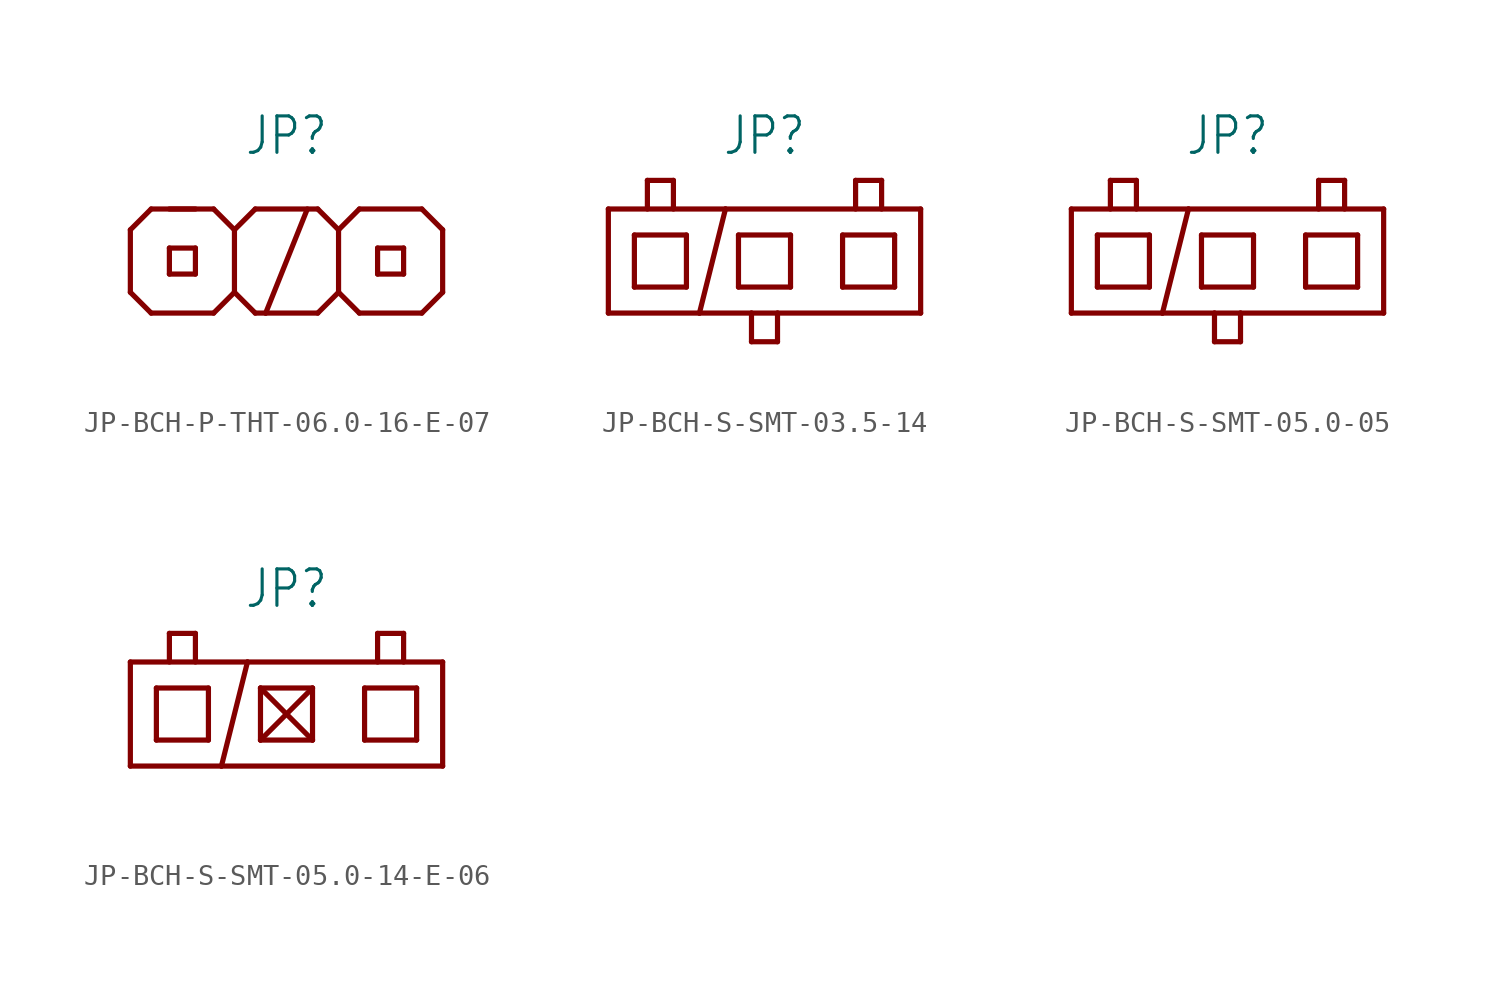
<source format=kicad_sym>
(kicad_symbol_lib
  (version 20231120)
  (generator "kicad_symbol_editor")
  (generator_version "8.0")
  (symbol "JP-BCH-P-THT-06.0-16-E-07"
    (property "Reference" "JP"
      (at 0 5.08 0)
      (effects (font (size 1.778 1.511)) (justify bottom)))
    (property "Value" ""
      (at 0 -5.08 0)
      (effects (font (size 1.778 1.511)) (justify top)))
    (property "ki_locked" ""
      (at 0 0 0)
      (effects (font (size 1.27 1.27))))
    (symbol "JP-BCH-P-THT-06.0-16-E-07_1_0"
      (polyline (pts (xy -7.62 -1.524) (xy -6.604 -2.54)) (stroke (width 0.254) (type solid)) (fill (type none)))
      (polyline (pts (xy -7.62 1.524) (xy -7.62 -1.524)) (stroke (width 0.254) (type solid)) (fill (type none)))
      (polyline (pts (xy -6.604 -2.54) (xy -3.556 -2.54)) (stroke (width 0.254) (type solid)) (fill (type none)))
      (polyline (pts (xy -6.604 2.54) (xy -7.62 1.524)) (stroke (width 0.254) (type solid)) (fill (type none)))
      (polyline (pts (xy -5.715 -0.635) (xy -4.445 -0.635)) (stroke (width 0.254) (type solid)) (fill (type none)))
      (polyline (pts (xy -5.715 0.635) (xy -5.715 -0.635)) (stroke (width 0.254) (type solid)) (fill (type none)))
      (polyline (pts (xy -4.445 -0.635) (xy -4.445 0.635)) (stroke (width 0.254) (type solid)) (fill (type none)))
      (polyline (pts (xy -4.445 0.635) (xy -5.715 0.635)) (stroke (width 0.254) (type solid)) (fill (type none)))
      (polyline (pts (xy -4.445 2.54) (xy -5.715 2.54)) (stroke (width 0.254) (type solid)) (fill (type none)))
      (polyline (pts (xy -3.556 -2.54) (xy -2.54 -1.524)) (stroke (width 0.254) (type solid)) (fill (type none)))
      (polyline (pts (xy -3.556 2.54) (xy -6.604 2.54)) (stroke (width 0.254) (type solid)) (fill (type none)))
      (polyline (pts (xy -2.54 -1.524) (xy -2.54 1.524)) (stroke (width 0.254) (type solid)) (fill (type none)))
      (polyline (pts (xy -2.54 -1.524) (xy -1.524 -2.54)) (stroke (width 0.254) (type solid)) (fill (type none)))
      (polyline (pts (xy -2.54 1.524) (xy -3.556 2.54)) (stroke (width 0.254) (type solid)) (fill (type none)))
      (polyline (pts (xy -1.524 -2.54) (xy -1.016 -2.54)) (stroke (width 0.254) (type solid)) (fill (type none)))
      (polyline (pts (xy -1.524 2.54) (xy -2.54 1.524)) (stroke (width 0.254) (type solid)) (fill (type none)))
      (polyline (pts (xy -1.016 -2.54) (xy 1.016 2.54)) (stroke (width 0.254) (type solid)) (fill (type none)))
      (polyline (pts (xy -1.016 -2.54) (xy 1.524 -2.54)) (stroke (width 0.254) (type solid)) (fill (type none)))
      (polyline (pts (xy 1.524 -2.54) (xy 2.54 -1.524)) (stroke (width 0.254) (type solid)) (fill (type none)))
      (polyline (pts (xy 1.524 2.54) (xy -1.524 2.54)) (stroke (width 0.254) (type solid)) (fill (type none)))
      (polyline (pts (xy 2.54 -1.524) (xy 3.556 -2.54)) (stroke (width 0.254) (type solid)) (fill (type none)))
      (polyline (pts (xy 2.54 1.524) (xy 1.524 2.54)) (stroke (width 0.254) (type solid)) (fill (type none)))
      (polyline (pts (xy 2.54 1.524) (xy 2.54 -1.524)) (stroke (width 0.254) (type solid)) (fill (type none)))
      (polyline (pts (xy 3.556 -2.54) (xy 6.604 -2.54)) (stroke (width 0.254) (type solid)) (fill (type none)))
      (polyline (pts (xy 3.556 2.54) (xy 2.54 1.524)) (stroke (width 0.254) (type solid)) (fill (type none)))
      (polyline (pts (xy 4.445 -0.635) (xy 5.715 -0.635)) (stroke (width 0.254) (type solid)) (fill (type none)))
      (polyline (pts (xy 4.445 0.635) (xy 4.445 -0.635)) (stroke (width 0.254) (type solid)) (fill (type none)))
      (polyline (pts (xy 5.715 -0.635) (xy 5.715 0.635)) (stroke (width 0.254) (type solid)) (fill (type none)))
      (polyline (pts (xy 5.715 0.635) (xy 4.445 0.635)) (stroke (width 0.254) (type solid)) (fill (type none)))
      (polyline (pts (xy 6.604 -2.54) (xy 7.62 -1.524)) (stroke (width 0.254) (type solid)) (fill (type none)))
      (polyline (pts (xy 6.604 2.54) (xy 3.556 2.54)) (stroke (width 0.254) (type solid)) (fill (type none)))
      (polyline (pts (xy 7.62 1.524) (xy 6.604 2.54)) (stroke (width 0.254) (type solid)) (fill (type none)))
      (polyline (pts (xy 7.62 1.524) (xy 7.62 -1.524)) (stroke (width 0.254) (type solid)) (fill (type none)))))
  (symbol "JP-BCH-S-SMT-03.5-14"
    (property "Reference" "JP"
      (at 0 5.08 0)
      (effects (font (size 1.778 1.511)) (justify bottom)))
    (property "Value" ""
      (at 0 -5.08 0)
      (effects (font (size 1.778 1.511)) (justify top)))
    (property "ki_locked" ""
      (at 0 0 0)
      (effects (font (size 1.27 1.27))))
    (symbol "JP-BCH-S-SMT-03.5-14_1_0"
      (polyline (pts (xy -7.62 -2.54) (xy -7.62 2.54)) (stroke (width 0.254) (type solid)) (fill (type none)))
      (polyline (pts (xy -6.35 -1.27) (xy -3.81 -1.27)) (stroke (width 0.254) (type solid)) (fill (type none)))
      (polyline (pts (xy -6.35 1.27) (xy -6.35 -1.27)) (stroke (width 0.254) (type solid)) (fill (type none)))
      (polyline (pts (xy -5.715 2.54) (xy -5.715 3.937)) (stroke (width 0.254) (type solid)) (fill (type none)))
      (polyline (pts (xy -5.715 3.937) (xy -4.445 3.937)) (stroke (width 0.254) (type solid)) (fill (type none)))
      (polyline (pts (xy -4.445 3.937) (xy -4.445 2.54)) (stroke (width 0.254) (type solid)) (fill (type none)))
      (polyline (pts (xy -3.81 -1.27) (xy -3.81 1.27)) (stroke (width 0.254) (type solid)) (fill (type none)))
      (polyline (pts (xy -3.81 1.27) (xy -6.35 1.27)) (stroke (width 0.254) (type solid)) (fill (type none)))
      (polyline (pts (xy -3.175 -2.54) (xy -7.62 -2.54)) (stroke (width 0.254) (type solid)) (fill (type none)))
      (polyline (pts (xy -3.175 -2.54) (xy -1.905 2.54)) (stroke (width 0.254) (type solid)) (fill (type none)))
      (polyline (pts (xy -1.905 2.54) (xy -7.62 2.54)) (stroke (width 0.254) (type solid)) (fill (type none)))
      (polyline (pts (xy -1.27 -1.27) (xy 1.27 -1.27)) (stroke (width 0.254) (type solid)) (fill (type none)))
      (polyline (pts (xy -1.27 1.27) (xy -1.27 -1.27)) (stroke (width 0.254) (type solid)) (fill (type none)))
      (polyline (pts (xy -0.635 -3.937) (xy -0.635 -2.54)) (stroke (width 0.254) (type solid)) (fill (type none)))
      (polyline (pts (xy -0.635 -2.54) (xy -3.175 -2.54)) (stroke (width 0.254) (type solid)) (fill (type none)))
      (polyline (pts (xy 0.635 -3.937) (xy -0.635 -3.937)) (stroke (width 0.254) (type solid)) (fill (type none)))
      (polyline (pts (xy 0.635 -2.54) (xy -0.635 -2.54)) (stroke (width 0.254) (type solid)) (fill (type none)))
      (polyline (pts (xy 0.635 -2.54) (xy 0.635 -3.937)) (stroke (width 0.254) (type solid)) (fill (type none)))
      (polyline (pts (xy 1.27 -1.27) (xy 1.27 1.27)) (stroke (width 0.254) (type solid)) (fill (type none)))
      (polyline (pts (xy 1.27 1.27) (xy -1.27 1.27)) (stroke (width 0.254) (type solid)) (fill (type none)))
      (polyline (pts (xy 3.81 -1.27) (xy 6.35 -1.27)) (stroke (width 0.254) (type solid)) (fill (type none)))
      (polyline (pts (xy 3.81 1.27) (xy 3.81 -1.27)) (stroke (width 0.254) (type solid)) (fill (type none)))
      (polyline (pts (xy 4.445 2.54) (xy 4.445 3.937)) (stroke (width 0.254) (type solid)) (fill (type none)))
      (polyline (pts (xy 4.445 3.937) (xy 5.715 3.937)) (stroke (width 0.254) (type solid)) (fill (type none)))
      (polyline (pts (xy 5.715 3.937) (xy 5.715 2.54)) (stroke (width 0.254) (type solid)) (fill (type none)))
      (polyline (pts (xy 6.35 -1.27) (xy 6.35 1.27)) (stroke (width 0.254) (type solid)) (fill (type none)))
      (polyline (pts (xy 6.35 1.27) (xy 3.81 1.27)) (stroke (width 0.254) (type solid)) (fill (type none)))
      (polyline (pts (xy 7.62 -2.54) (xy 0.635 -2.54)) (stroke (width 0.254) (type solid)) (fill (type none)))
      (polyline (pts (xy 7.62 2.54) (xy -1.905 2.54)) (stroke (width 0.254) (type solid)) (fill (type none)))
      (polyline (pts (xy 7.62 2.54) (xy 7.62 -2.54)) (stroke (width 0.254) (type solid)) (fill (type none)))))
  (symbol "JP-BCH-S-SMT-05.0-05"
    (property "Reference" "JP"
      (at 0 5.08 0)
      (effects (font (size 1.778 1.511)) (justify bottom)))
    (property "Value" ""
      (at 0 -5.08 0)
      (effects (font (size 1.778 1.511)) (justify top)))
    (property "ki_locked" ""
      (at 0 0 0)
      (effects (font (size 1.27 1.27))))
    (symbol "JP-BCH-S-SMT-05.0-05_1_0"
      (polyline (pts (xy -7.62 -2.54) (xy -7.62 2.54)) (stroke (width 0.254) (type solid)) (fill (type none)))
      (polyline (pts (xy -6.35 -1.27) (xy -3.81 -1.27)) (stroke (width 0.254) (type solid)) (fill (type none)))
      (polyline (pts (xy -6.35 1.27) (xy -6.35 -1.27)) (stroke (width 0.254) (type solid)) (fill (type none)))
      (polyline (pts (xy -5.715 2.54) (xy -5.715 3.937)) (stroke (width 0.254) (type solid)) (fill (type none)))
      (polyline (pts (xy -5.715 3.937) (xy -4.445 3.937)) (stroke (width 0.254) (type solid)) (fill (type none)))
      (polyline (pts (xy -4.445 3.937) (xy -4.445 2.54)) (stroke (width 0.254) (type solid)) (fill (type none)))
      (polyline (pts (xy -3.81 -1.27) (xy -3.81 1.27)) (stroke (width 0.254) (type solid)) (fill (type none)))
      (polyline (pts (xy -3.81 1.27) (xy -6.35 1.27)) (stroke (width 0.254) (type solid)) (fill (type none)))
      (polyline (pts (xy -3.175 -2.54) (xy -7.62 -2.54)) (stroke (width 0.254) (type solid)) (fill (type none)))
      (polyline (pts (xy -3.175 -2.54) (xy -1.905 2.54)) (stroke (width 0.254) (type solid)) (fill (type none)))
      (polyline (pts (xy -1.905 2.54) (xy -7.62 2.54)) (stroke (width 0.254) (type solid)) (fill (type none)))
      (polyline (pts (xy -1.27 -1.27) (xy 1.27 -1.27)) (stroke (width 0.254) (type solid)) (fill (type none)))
      (polyline (pts (xy -1.27 1.27) (xy -1.27 -1.27)) (stroke (width 0.254) (type solid)) (fill (type none)))
      (polyline (pts (xy -0.635 -3.937) (xy -0.635 -2.54)) (stroke (width 0.254) (type solid)) (fill (type none)))
      (polyline (pts (xy -0.635 -2.54) (xy -3.175 -2.54)) (stroke (width 0.254) (type solid)) (fill (type none)))
      (polyline (pts (xy 0.635 -3.937) (xy -0.635 -3.937)) (stroke (width 0.254) (type solid)) (fill (type none)))
      (polyline (pts (xy 0.635 -2.54) (xy -0.635 -2.54)) (stroke (width 0.254) (type solid)) (fill (type none)))
      (polyline (pts (xy 0.635 -2.54) (xy 0.635 -3.937)) (stroke (width 0.254) (type solid)) (fill (type none)))
      (polyline (pts (xy 1.27 -1.27) (xy 1.27 1.27)) (stroke (width 0.254) (type solid)) (fill (type none)))
      (polyline (pts (xy 1.27 1.27) (xy -1.27 1.27)) (stroke (width 0.254) (type solid)) (fill (type none)))
      (polyline (pts (xy 3.81 -1.27) (xy 6.35 -1.27)) (stroke (width 0.254) (type solid)) (fill (type none)))
      (polyline (pts (xy 3.81 1.27) (xy 3.81 -1.27)) (stroke (width 0.254) (type solid)) (fill (type none)))
      (polyline (pts (xy 4.445 2.54) (xy 4.445 3.937)) (stroke (width 0.254) (type solid)) (fill (type none)))
      (polyline (pts (xy 4.445 3.937) (xy 5.715 3.937)) (stroke (width 0.254) (type solid)) (fill (type none)))
      (polyline (pts (xy 5.715 3.937) (xy 5.715 2.54)) (stroke (width 0.254) (type solid)) (fill (type none)))
      (polyline (pts (xy 6.35 -1.27) (xy 6.35 1.27)) (stroke (width 0.254) (type solid)) (fill (type none)))
      (polyline (pts (xy 6.35 1.27) (xy 3.81 1.27)) (stroke (width 0.254) (type solid)) (fill (type none)))
      (polyline (pts (xy 7.62 -2.54) (xy 0.635 -2.54)) (stroke (width 0.254) (type solid)) (fill (type none)))
      (polyline (pts (xy 7.62 2.54) (xy -1.905 2.54)) (stroke (width 0.254) (type solid)) (fill (type none)))
      (polyline (pts (xy 7.62 2.54) (xy 7.62 -2.54)) (stroke (width 0.254) (type solid)) (fill (type none)))))
  (symbol "JP-BCH-S-SMT-05.0-14-E-06"
    (property "Reference" "JP"
      (at 0 5.08 0)
      (effects (font (size 1.778 1.511)) (justify bottom)))
    (property "Value" ""
      (at 0 -5.08 0)
      (effects (font (size 1.778 1.511)) (justify top)))
    (property "ki_locked" ""
      (at 0 0 0)
      (effects (font (size 1.27 1.27))))
    (symbol "JP-BCH-S-SMT-05.0-14-E-06_1_0"
      (polyline (pts (xy -7.62 -2.54) (xy -7.62 2.54)) (stroke (width 0.254) (type solid)) (fill (type none)))
      (polyline (pts (xy -6.35 -1.27) (xy -3.81 -1.27)) (stroke (width 0.254) (type solid)) (fill (type none)))
      (polyline (pts (xy -6.35 1.27) (xy -6.35 -1.27)) (stroke (width 0.254) (type solid)) (fill (type none)))
      (polyline (pts (xy -5.715 2.54) (xy -5.715 3.937)) (stroke (width 0.254) (type solid)) (fill (type none)))
      (polyline (pts (xy -5.715 3.937) (xy -4.445 3.937)) (stroke (width 0.254) (type solid)) (fill (type none)))
      (polyline (pts (xy -4.445 3.937) (xy -4.445 2.54)) (stroke (width 0.254) (type solid)) (fill (type none)))
      (polyline (pts (xy -3.81 -1.27) (xy -3.81 1.27)) (stroke (width 0.254) (type solid)) (fill (type none)))
      (polyline (pts (xy -3.81 1.27) (xy -6.35 1.27)) (stroke (width 0.254) (type solid)) (fill (type none)))
      (polyline (pts (xy -3.175 -2.54) (xy -7.62 -2.54)) (stroke (width 0.254) (type solid)) (fill (type none)))
      (polyline (pts (xy -3.175 -2.54) (xy -1.905 2.54)) (stroke (width 0.254) (type solid)) (fill (type none)))
      (polyline (pts (xy -1.905 2.54) (xy -7.62 2.54)) (stroke (width 0.254) (type solid)) (fill (type none)))
      (polyline (pts (xy -1.27 -1.27) (xy 1.27 -1.27)) (stroke (width 0.254) (type solid)) (fill (type none)))
      (polyline (pts (xy -1.27 -1.27) (xy 1.27 1.27)) (stroke (width 0.254) (type solid)) (fill (type none)))
      (polyline (pts (xy -1.27 1.27) (xy -1.27 -1.27)) (stroke (width 0.254) (type solid)) (fill (type none)))
      (polyline (pts (xy -1.27 1.27) (xy 1.27 -1.27)) (stroke (width 0.254) (type solid)) (fill (type none)))
      (polyline (pts (xy 1.27 -1.27) (xy 1.27 1.27)) (stroke (width 0.254) (type solid)) (fill (type none)))
      (polyline (pts (xy 1.27 1.27) (xy -1.27 1.27)) (stroke (width 0.254) (type solid)) (fill (type none)))
      (polyline (pts (xy 3.81 -1.27) (xy 6.35 -1.27)) (stroke (width 0.254) (type solid)) (fill (type none)))
      (polyline (pts (xy 3.81 1.27) (xy 3.81 -1.27)) (stroke (width 0.254) (type solid)) (fill (type none)))
      (polyline (pts (xy 4.445 2.54) (xy 4.445 3.937)) (stroke (width 0.254) (type solid)) (fill (type none)))
      (polyline (pts (xy 4.445 3.937) (xy 5.715 3.937)) (stroke (width 0.254) (type solid)) (fill (type none)))
      (polyline (pts (xy 5.715 3.937) (xy 5.715 2.54)) (stroke (width 0.254) (type solid)) (fill (type none)))
      (polyline (pts (xy 6.35 -1.27) (xy 6.35 1.27)) (stroke (width 0.254) (type solid)) (fill (type none)))
      (polyline (pts (xy 6.35 1.27) (xy 3.81 1.27)) (stroke (width 0.254) (type solid)) (fill (type none)))
      (polyline (pts (xy 7.62 -2.54) (xy -3.175 -2.54)) (stroke (width 0.254) (type solid)) (fill (type none)))
      (polyline (pts (xy 7.62 2.54) (xy -1.905 2.54)) (stroke (width 0.254) (type solid)) (fill (type none)))
      (polyline (pts (xy 7.62 2.54) (xy 7.62 -2.54)) (stroke (width 0.254) (type solid)) (fill (type none))))))
</source>
